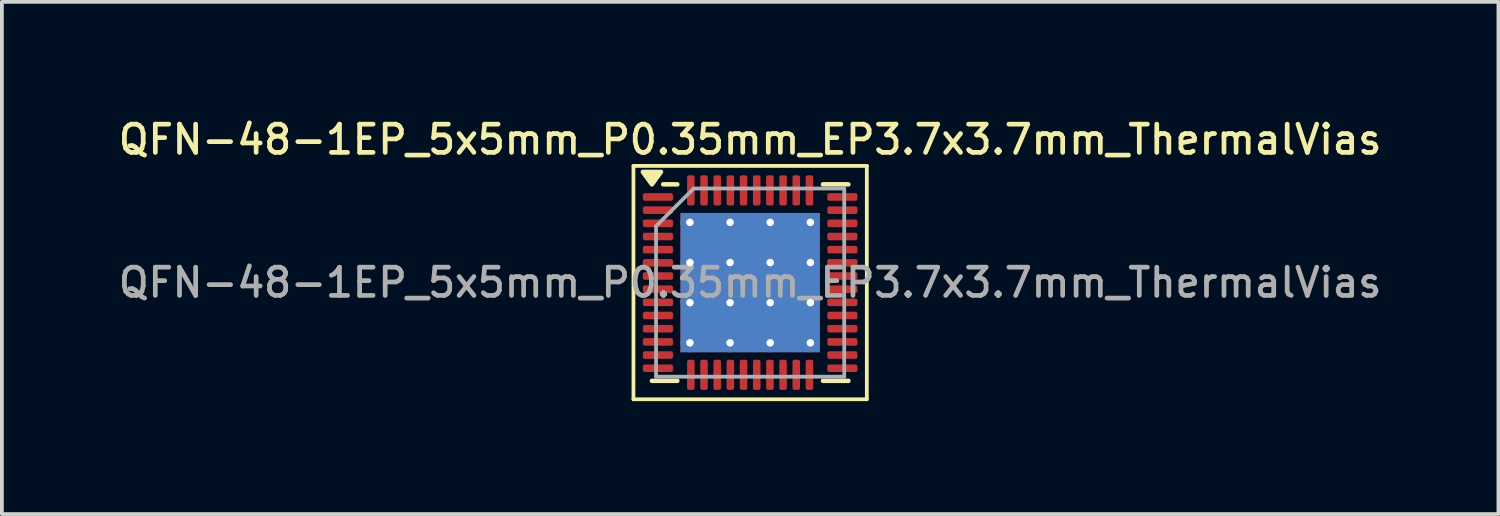
<source format=kicad_pcb>
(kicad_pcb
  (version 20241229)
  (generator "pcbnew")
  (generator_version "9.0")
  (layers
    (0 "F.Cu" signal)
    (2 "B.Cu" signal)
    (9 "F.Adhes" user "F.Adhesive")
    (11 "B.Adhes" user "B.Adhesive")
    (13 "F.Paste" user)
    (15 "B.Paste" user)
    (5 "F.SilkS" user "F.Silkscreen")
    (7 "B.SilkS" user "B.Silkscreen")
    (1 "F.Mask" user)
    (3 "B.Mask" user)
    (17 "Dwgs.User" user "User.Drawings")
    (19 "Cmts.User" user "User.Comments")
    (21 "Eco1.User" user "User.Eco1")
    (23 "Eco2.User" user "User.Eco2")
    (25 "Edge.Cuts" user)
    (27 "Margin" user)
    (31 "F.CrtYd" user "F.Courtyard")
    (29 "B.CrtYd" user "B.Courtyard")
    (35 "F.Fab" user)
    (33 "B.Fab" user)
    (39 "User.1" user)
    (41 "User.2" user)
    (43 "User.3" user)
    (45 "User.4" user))
  (footprint "QFN-48-1EP_5x5mm_P0.35mm_EP3.7x3.7mm_ThermalVias"
    (layer "F.Cu")
    (at 16.88 4.458)
    (property "Reference" "QFN-48-1EP_5x5mm_P0.35mm_EP3.7x3.7mm_ThermalVias" (at 0 -3.8 0) (layer "F.SilkS") (effects (font (size 0.75 0.75) (thickness 0.125))))
    (attr smd)
    (fp_line (start -3.1 -3.1) (end -3.1 3.1) (stroke (width 0.1) (type solid)) (layer "F.SilkS"))
    (fp_line (start -3.1 3.1) (end 3.1 3.1) (stroke (width 0.1) (type solid)) (layer "F.SilkS"))
    (fp_line (start -1.935 -2.61) (end -2.31 -2.61) (stroke (width 0.12) (type solid)) (layer "F.SilkS"))
    (fp_line (start -1.935 2.61) (end -2.61 2.61) (stroke (width 0.12) (type solid)) (layer "F.SilkS"))
    (fp_line (start 1.935 -2.61) (end 2.61 -2.61) (stroke (width 0.12) (type solid)) (layer "F.SilkS"))
    (fp_line (start 1.935 2.61) (end 2.61 2.61) (stroke (width 0.12) (type solid)) (layer "F.SilkS"))
    (fp_line (start 3.1 -3.1) (end -3.1 -3.1) (stroke (width 0.1) (type solid)) (layer "F.SilkS"))
    (fp_line (start 3.1 3.1) (end 3.1 -3.1) (stroke (width 0.1) (type solid)) (layer "F.SilkS"))
    (fp_poly (pts (xy -2.61 -2.61) (xy -2.85 -2.94) (xy -2.37 -2.94) (xy -2.61 -2.61)) (stroke (width 0.12) (type solid)) (fill yes) (layer "F.SilkS"))
    (fp_line (start -2.5 -1.5) (end -1.5 -2.5) (stroke (width 0.1) (type solid)) (layer "F.Fab"))
    (fp_line (start -2.5 2.5) (end -2.5 -1.5) (stroke (width 0.1) (type solid)) (layer "F.Fab"))
    (fp_line (start -1.5 -2.5) (end 2.5 -2.5) (stroke (width 0.1) (type solid)) (layer "F.Fab"))
    (fp_line (start 2.5 -2.5) (end 2.5 2.5) (stroke (width 0.1) (type solid)) (layer "F.Fab"))
    (fp_line (start 2.5 2.5) (end -2.5 2.5) (stroke (width 0.1) (type solid)) (layer "F.Fab"))
    (fp_text user "${REFERENCE}" (at 0 0 0) (layer "F.Fab") (effects (font (size 0.75 0.75) (thickness 0.125))))
    (pad "" smd custom (at -1.067 -1.067) (size 0.834 0.834) (layers "F.Paste") (options (anchor circle)) (primitives (gr_poly (pts (xy -0.356 -0.256) (xy -0.256 -0.356) (xy 0.256 -0.356) (xy 0.356 -0.256) (xy 0.356 0.256) (xy 0.256 0.356) (xy -0.256 0.356) (xy -0.356 0.256)) (width 0.243) (fill yes))))
    (pad "" smd custom (at -1.067 0) (size 0.834 0.834) (layers "F.Paste") (options (anchor circle)) (primitives (gr_poly (pts (xy -0.356 -0.256) (xy -0.256 -0.356) (xy 0.256 -0.356) (xy 0.356 -0.256) (xy 0.356 0.256) (xy 0.256 0.356) (xy -0.256 0.356) (xy -0.356 0.256)) (width 0.243) (fill yes))))
    (pad "" smd custom (at -1.067 1.067) (size 0.834 0.834) (layers "F.Paste") (options (anchor circle)) (primitives (gr_poly (pts (xy -0.356 -0.256) (xy -0.256 -0.356) (xy 0.256 -0.356) (xy 0.356 -0.256) (xy 0.356 0.256) (xy 0.256 0.356) (xy -0.256 0.356) (xy -0.356 0.256)) (width 0.243) (fill yes))))
    (pad "" smd custom (at 0 -1.067) (size 0.834 0.834) (layers "F.Paste") (options (anchor circle)) (primitives (gr_poly (pts (xy -0.356 -0.256) (xy -0.256 -0.356) (xy 0.256 -0.356) (xy 0.356 -0.256) (xy 0.356 0.256) (xy 0.256 0.356) (xy -0.256 0.356) (xy -0.356 0.256)) (width 0.243) (fill yes))))
    (pad "" smd custom (at 0 0) (size 0.834 0.834) (layers "F.Paste") (options (anchor circle)) (primitives (gr_poly (pts (xy -0.356 -0.256) (xy -0.256 -0.356) (xy 0.256 -0.356) (xy 0.356 -0.256) (xy 0.356 0.256) (xy 0.256 0.356) (xy -0.256 0.356) (xy -0.356 0.256)) (width 0.243) (fill yes))))
    (pad "" smd custom (at 0 1.067) (size 0.834 0.834) (layers "F.Paste") (options (anchor circle)) (primitives (gr_poly (pts (xy -0.356 -0.256) (xy -0.256 -0.356) (xy 0.256 -0.356) (xy 0.356 -0.256) (xy 0.356 0.256) (xy 0.256 0.356) (xy -0.256 0.356) (xy -0.356 0.256)) (width 0.243) (fill yes))))
    (pad "" smd custom (at 1.067 -1.067) (size 0.834 0.834) (layers "F.Paste") (options (anchor circle)) (primitives (gr_poly (pts (xy -0.356 -0.256) (xy -0.256 -0.356) (xy 0.256 -0.356) (xy 0.356 -0.256) (xy 0.356 0.256) (xy 0.256 0.356) (xy -0.256 0.356) (xy -0.356 0.256)) (width 0.243) (fill yes))))
    (pad "" smd custom (at 1.067 0) (size 0.834 0.834) (layers "F.Paste") (options (anchor circle)) (primitives (gr_poly (pts (xy -0.356 -0.256) (xy -0.256 -0.356) (xy 0.256 -0.356) (xy 0.356 -0.256) (xy 0.356 0.256) (xy 0.256 0.356) (xy -0.256 0.356) (xy -0.356 0.256)) (width 0.243) (fill yes))))
    (pad "" smd custom (at 1.067 1.067) (size 0.834 0.834) (layers "F.Paste") (options (anchor circle)) (primitives (gr_poly (pts (xy -0.356 -0.256) (xy -0.256 -0.356) (xy 0.256 -0.356) (xy 0.356 -0.256) (xy 0.356 0.256) (xy 0.256 0.356) (xy -0.256 0.356) (xy -0.356 0.256)) (width 0.243) (fill yes))))
    (pad "1" smd roundrect (at -2.45 -2.275) (size 0.8 0.2) (layers "F.Cu" "F.Mask" "F.Paste") (roundrect_rratio 0.25))
    (pad "2" smd roundrect (at -2.45 -1.925) (size 0.8 0.2) (layers "F.Cu" "F.Mask" "F.Paste") (roundrect_rratio 0.25))
    (pad "3" smd roundrect (at -2.45 -1.575) (size 0.8 0.2) (layers "F.Cu" "F.Mask" "F.Paste") (roundrect_rratio 0.25))
    (pad "4" smd roundrect (at -2.45 -1.225) (size 0.8 0.2) (layers "F.Cu" "F.Mask" "F.Paste") (roundrect_rratio 0.25))
    (pad "5" smd roundrect (at -2.45 -0.875) (size 0.8 0.2) (layers "F.Cu" "F.Mask" "F.Paste") (roundrect_rratio 0.25))
    (pad "6" smd roundrect (at -2.45 -0.525) (size 0.8 0.2) (layers "F.Cu" "F.Mask" "F.Paste") (roundrect_rratio 0.25))
    (pad "7" smd roundrect (at -2.45 -0.175) (size 0.8 0.2) (layers "F.Cu" "F.Mask" "F.Paste") (roundrect_rratio 0.25))
    (pad "8" smd roundrect (at -2.45 0.175) (size 0.8 0.2) (layers "F.Cu" "F.Mask" "F.Paste") (roundrect_rratio 0.25))
    (pad "9" smd roundrect (at -2.45 0.525) (size 0.8 0.2) (layers "F.Cu" "F.Mask" "F.Paste") (roundrect_rratio 0.25))
    (pad "10" smd roundrect (at -2.45 0.875) (size 0.8 0.2) (layers "F.Cu" "F.Mask" "F.Paste") (roundrect_rratio 0.25))
    (pad "11" smd roundrect (at -2.45 1.225) (size 0.8 0.2) (layers "F.Cu" "F.Mask" "F.Paste") (roundrect_rratio 0.25))
    (pad "12" smd roundrect (at -2.45 1.575) (size 0.8 0.2) (layers "F.Cu" "F.Mask" "F.Paste") (roundrect_rratio 0.25))
    (pad "13" smd roundrect (at -2.45 1.925) (size 0.8 0.2) (layers "F.Cu" "F.Mask" "F.Paste") (roundrect_rratio 0.25))
    (pad "14" smd roundrect (at -2.45 2.275) (size 0.8 0.2) (layers "F.Cu" "F.Mask" "F.Paste") (roundrect_rratio 0.25))
    (pad "15" smd roundrect (at -1.575 2.45) (size 0.2 0.8) (layers "F.Cu" "F.Mask" "F.Paste") (roundrect_rratio 0.25))
    (pad "16" smd roundrect (at -1.225 2.45) (size 0.2 0.8) (layers "F.Cu" "F.Mask" "F.Paste") (roundrect_rratio 0.25))
    (pad "17" smd roundrect (at -0.875 2.45) (size 0.2 0.8) (layers "F.Cu" "F.Mask" "F.Paste") (roundrect_rratio 0.25))
    (pad "18" smd roundrect (at -0.525 2.45) (size 0.2 0.8) (layers "F.Cu" "F.Mask" "F.Paste") (roundrect_rratio 0.25))
    (pad "19" smd roundrect (at -0.175 2.45) (size 0.2 0.8) (layers "F.Cu" "F.Mask" "F.Paste") (roundrect_rratio 0.25))
    (pad "20" smd roundrect (at 0.175 2.45) (size 0.2 0.8) (layers "F.Cu" "F.Mask" "F.Paste") (roundrect_rratio 0.25))
    (pad "21" smd roundrect (at 0.525 2.45) (size 0.2 0.8) (layers "F.Cu" "F.Mask" "F.Paste") (roundrect_rratio 0.25))
    (pad "22" smd roundrect (at 0.875 2.45) (size 0.2 0.8) (layers "F.Cu" "F.Mask" "F.Paste") (roundrect_rratio 0.25))
    (pad "23" smd roundrect (at 1.225 2.45) (size 0.2 0.8) (layers "F.Cu" "F.Mask" "F.Paste") (roundrect_rratio 0.25))
    (pad "24" smd roundrect (at 1.575 2.45) (size 0.2 0.8) (layers "F.Cu" "F.Mask" "F.Paste") (roundrect_rratio 0.25))
    (pad "25" smd roundrect (at 2.45 2.275) (size 0.8 0.2) (layers "F.Cu" "F.Mask" "F.Paste") (roundrect_rratio 0.25))
    (pad "26" smd roundrect (at 2.45 1.925) (size 0.8 0.2) (layers "F.Cu" "F.Mask" "F.Paste") (roundrect_rratio 0.25))
    (pad "27" smd roundrect (at 2.45 1.575) (size 0.8 0.2) (layers "F.Cu" "F.Mask" "F.Paste") (roundrect_rratio 0.25))
    (pad "28" smd roundrect (at 2.45 1.225) (size 0.8 0.2) (layers "F.Cu" "F.Mask" "F.Paste") (roundrect_rratio 0.25))
    (pad "29" smd roundrect (at 2.45 0.875) (size 0.8 0.2) (layers "F.Cu" "F.Mask" "F.Paste") (roundrect_rratio 0.25))
    (pad "30" smd roundrect (at 2.45 0.525) (size 0.8 0.2) (layers "F.Cu" "F.Mask" "F.Paste") (roundrect_rratio 0.25))
    (pad "31" smd roundrect (at 2.45 0.175) (size 0.8 0.2) (layers "F.Cu" "F.Mask" "F.Paste") (roundrect_rratio 0.25))
    (pad "32" smd roundrect (at 2.45 -0.175) (size 0.8 0.2) (layers "F.Cu" "F.Mask" "F.Paste") (roundrect_rratio 0.25))
    (pad "33" smd roundrect (at 2.45 -0.525) (size 0.8 0.2) (layers "F.Cu" "F.Mask" "F.Paste") (roundrect_rratio 0.25))
    (pad "34" smd roundrect (at 2.45 -0.875) (size 0.8 0.2) (layers "F.Cu" "F.Mask" "F.Paste") (roundrect_rratio 0.25))
    (pad "35" smd roundrect (at 2.45 -1.225) (size 0.8 0.2) (layers "F.Cu" "F.Mask" "F.Paste") (roundrect_rratio 0.25))
    (pad "36" smd roundrect (at 2.45 -1.575) (size 0.8 0.2) (layers "F.Cu" "F.Mask" "F.Paste") (roundrect_rratio 0.25))
    (pad "37" smd roundrect (at 2.45 -1.925) (size 0.8 0.2) (layers "F.Cu" "F.Mask" "F.Paste") (roundrect_rratio 0.25))
    (pad "38" smd roundrect (at 2.45 -2.275) (size 0.8 0.2) (layers "F.Cu" "F.Mask" "F.Paste") (roundrect_rratio 0.25))
    (pad "39" smd roundrect (at 1.575 -2.45) (size 0.2 0.8) (layers "F.Cu" "F.Mask" "F.Paste") (roundrect_rratio 0.25))
    (pad "40" smd roundrect (at 1.225 -2.45) (size 0.2 0.8) (layers "F.Cu" "F.Mask" "F.Paste") (roundrect_rratio 0.25))
    (pad "41" smd roundrect (at 0.875 -2.45) (size 0.2 0.8) (layers "F.Cu" "F.Mask" "F.Paste") (roundrect_rratio 0.25))
    (pad "42" smd roundrect (at 0.525 -2.45) (size 0.2 0.8) (layers "F.Cu" "F.Mask" "F.Paste") (roundrect_rratio 0.25))
    (pad "43" smd roundrect (at 0.175 -2.45) (size 0.2 0.8) (layers "F.Cu" "F.Mask" "F.Paste") (roundrect_rratio 0.25))
    (pad "44" smd roundrect (at -0.175 -2.45) (size 0.2 0.8) (layers "F.Cu" "F.Mask" "F.Paste") (roundrect_rratio 0.25))
    (pad "45" smd roundrect (at -0.525 -2.45) (size 0.2 0.8) (layers "F.Cu" "F.Mask" "F.Paste") (roundrect_rratio 0.25))
    (pad "46" smd roundrect (at -0.875 -2.45) (size 0.2 0.8) (layers "F.Cu" "F.Mask" "F.Paste") (roundrect_rratio 0.25))
    (pad "47" smd roundrect (at -1.225 -2.45) (size 0.2 0.8) (layers "F.Cu" "F.Mask" "F.Paste") (roundrect_rratio 0.25))
    (pad "48" smd roundrect (at -1.575 -2.45) (size 0.2 0.8) (layers "F.Cu" "F.Mask" "F.Paste") (roundrect_rratio 0.25))
    (pad "49" thru_hole circle (at -1.6 -1.6) (size 0.5 0.5) (drill 0.2) (property pad_prop_heatsink) (layers "*.Cu"))
    (pad "49" thru_hole circle (at -1.6 -0.533) (size 0.5 0.5) (drill 0.2) (property pad_prop_heatsink) (layers "*.Cu"))
    (pad "49" thru_hole circle (at -1.6 0.533) (size 0.5 0.5) (drill 0.2) (property pad_prop_heatsink) (layers "*.Cu"))
    (pad "49" thru_hole circle (at -1.6 1.6) (size 0.5 0.5) (drill 0.2) (property pad_prop_heatsink) (layers "*.Cu"))
    (pad "49" thru_hole circle (at -0.533 -1.6) (size 0.5 0.5) (drill 0.2) (property pad_prop_heatsink) (layers "*.Cu"))
    (pad "49" thru_hole circle (at -0.533 -0.533) (size 0.5 0.5) (drill 0.2) (property pad_prop_heatsink) (layers "*.Cu"))
    (pad "49" thru_hole circle (at -0.533 0.533) (size 0.5 0.5) (drill 0.2) (property pad_prop_heatsink) (layers "*.Cu"))
    (pad "49" thru_hole circle (at -0.533 1.6) (size 0.5 0.5) (drill 0.2) (property pad_prop_heatsink) (layers "*.Cu"))
    (pad "49" smd rect (at 0 0) (size 3.7 3.7) (property pad_prop_heatsink) (layers "F.Cu" "F.Mask"))
    (pad "49" smd rect (at 0 0) (size 3.7 3.7) (property pad_prop_heatsink) (layers "B.Cu"))
    (pad "49" thru_hole circle (at 0.533 -1.6) (size 0.5 0.5) (drill 0.2) (property pad_prop_heatsink) (layers "*.Cu"))
    (pad "49" thru_hole circle (at 0.533 -0.533) (size 0.5 0.5) (drill 0.2) (property pad_prop_heatsink) (layers "*.Cu"))
    (pad "49" thru_hole circle (at 0.533 0.533) (size 0.5 0.5) (drill 0.2) (property pad_prop_heatsink) (layers "*.Cu"))
    (pad "49" thru_hole circle (at 0.533 1.6) (size 0.5 0.5) (drill 0.2) (property pad_prop_heatsink) (layers "*.Cu"))
    (pad "49" thru_hole circle (at 1.6 -1.6) (size 0.5 0.5) (drill 0.2) (property pad_prop_heatsink) (layers "*.Cu"))
    (pad "49" thru_hole circle (at 1.6 -0.533) (size 0.5 0.5) (drill 0.2) (property pad_prop_heatsink) (layers "*.Cu"))
    (pad "49" thru_hole circle (at 1.6 0.533) (size 0.5 0.5) (drill 0.2) (property pad_prop_heatsink) (layers "*.Cu"))
    (pad "49" thru_hole circle (at 1.6 1.6) (size 0.5 0.5) (drill 0.2) (property pad_prop_heatsink) (layers "*.Cu")))
  (gr_rect
    (start -3 -3)
    (end 36.761 10.608)
    (stroke (width 0.1) (type default))
    (fill no)
    (layer "Edge.Cuts")))
</source>
